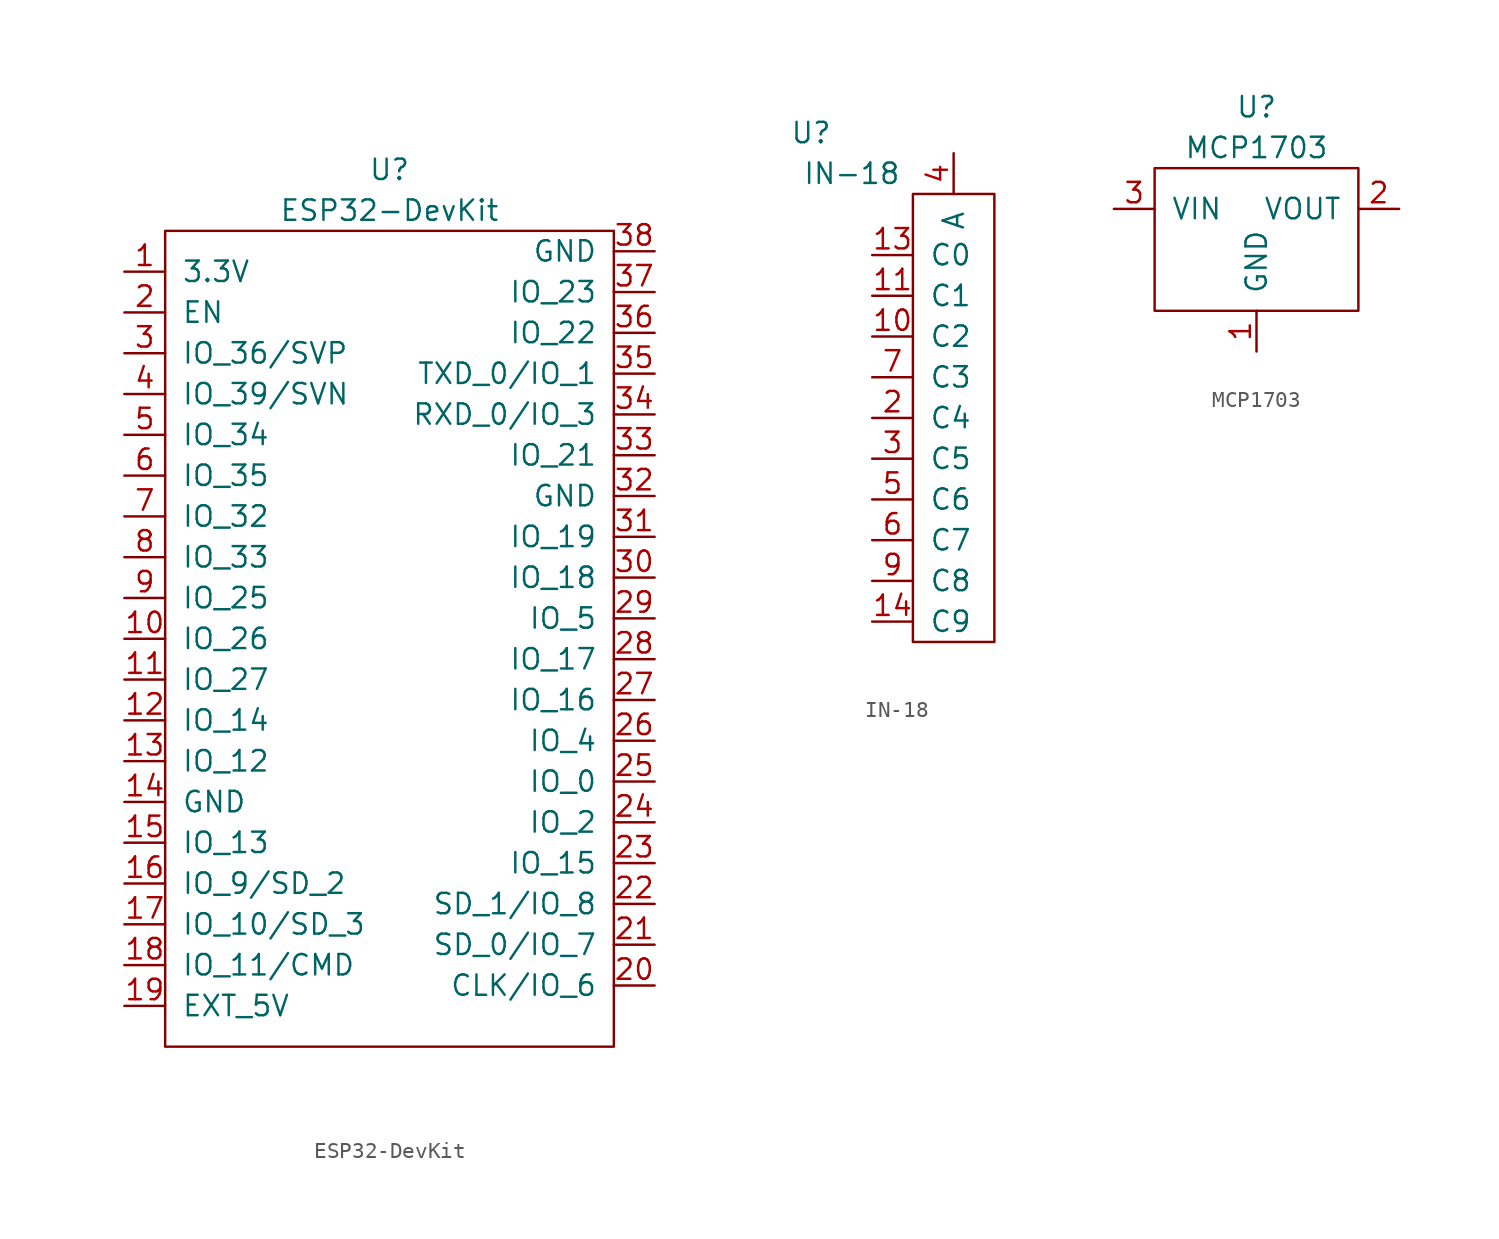
<source format=kicad_sym>
(kicad_symbol_lib
  (version 20211014)
  (generator kicad_symbol_editor)
  (symbol "ESP32-DevKit"
    (pin_names
      (offset 1.016))
    (property "Reference" "U"
      (at 3.81 7.62 0)
      (effects (font (size 1.27 1.27))))
    (property "Value" "ESP32-DevKit"
      (at 3.81 5.08 0)
      (effects (font (size 1.27 1.27))))
    (symbol "ESP32-DevKit_0_1"
      (rectangle (start -10.16 3.81) (end 17.78 -46.99) (stroke (width 0) (type default) (color 0 0 0 0)) (fill (type none))))
    (symbol "ESP32-DevKit_1_1"
      (pin power_out line (at -12.7 1.27 0) (length 2.54) (name "3.3V" (effects (font (size 1.27 1.27)))) (number "1" (effects (font (size 1.27 1.27)))))
      (pin passive line (at -12.7 -21.59 0) (length 2.54) (name "IO_26" (effects (font (size 1.27 1.27)))) (number "10" (effects (font (size 1.27 1.27)))))
      (pin passive line (at -12.7 -24.13 0) (length 2.54) (name "IO_27" (effects (font (size 1.27 1.27)))) (number "11" (effects (font (size 1.27 1.27)))))
      (pin passive line (at -12.7 -26.67 0) (length 2.54) (name "IO_14" (effects (font (size 1.27 1.27)))) (number "12" (effects (font (size 1.27 1.27)))))
      (pin passive line (at -12.7 -29.21 0) (length 2.54) (name "IO_12" (effects (font (size 1.27 1.27)))) (number "13" (effects (font (size 1.27 1.27)))))
      (pin power_in line (at -12.7 -31.75 0) (length 2.54) (name "GND" (effects (font (size 1.27 1.27)))) (number "14" (effects (font (size 1.27 1.27)))))
      (pin passive line (at -12.7 -34.29 0) (length 2.54) (name "IO_13" (effects (font (size 1.27 1.27)))) (number "15" (effects (font (size 1.27 1.27)))))
      (pin passive line (at -12.7 -36.83 0) (length 2.54) (name "IO_9/SD_2" (effects (font (size 1.27 1.27)))) (number "16" (effects (font (size 1.27 1.27)))))
      (pin passive line (at -12.7 -39.37 0) (length 2.54) (name "IO_10/SD_3" (effects (font (size 1.27 1.27)))) (number "17" (effects (font (size 1.27 1.27)))))
      (pin passive line (at -12.7 -41.91 0) (length 2.54) (name "IO_11/CMD" (effects (font (size 1.27 1.27)))) (number "18" (effects (font (size 1.27 1.27)))))
      (pin power_in line (at -12.7 -44.45 0) (length 2.54) (name "EXT_5V" (effects (font (size 1.27 1.27)))) (number "19" (effects (font (size 1.27 1.27)))))
      (pin passive line (at -12.7 -1.27 0) (length 2.54) (name "EN" (effects (font (size 1.27 1.27)))) (number "2" (effects (font (size 1.27 1.27)))))
      (pin passive line (at 20.32 -43.18 180) (length 2.54) (name "CLK/IO_6" (effects (font (size 1.27 1.27)))) (number "20" (effects (font (size 1.27 1.27)))))
      (pin passive line (at 20.32 -40.64 180) (length 2.54) (name "SD_0/IO_7" (effects (font (size 1.27 1.27)))) (number "21" (effects (font (size 1.27 1.27)))))
      (pin passive line (at 20.32 -38.1 180) (length 2.54) (name "SD_1/IO_8" (effects (font (size 1.27 1.27)))) (number "22" (effects (font (size 1.27 1.27)))))
      (pin passive line (at 20.32 -35.56 180) (length 2.54) (name "IO_15" (effects (font (size 1.27 1.27)))) (number "23" (effects (font (size 1.27 1.27)))))
      (pin passive line (at 20.32 -33.02 180) (length 2.54) (name "IO_2" (effects (font (size 1.27 1.27)))) (number "24" (effects (font (size 1.27 1.27)))))
      (pin passive line (at 20.32 -30.48 180) (length 2.54) (name "IO_0" (effects (font (size 1.27 1.27)))) (number "25" (effects (font (size 1.27 1.27)))))
      (pin passive line (at 20.32 -27.94 180) (length 2.54) (name "IO_4" (effects (font (size 1.27 1.27)))) (number "26" (effects (font (size 1.27 1.27)))))
      (pin passive line (at 20.32 -25.4 180) (length 2.54) (name "IO_16" (effects (font (size 1.27 1.27)))) (number "27" (effects (font (size 1.27 1.27)))))
      (pin passive line (at 20.32 -22.86 180) (length 2.54) (name "IO_17" (effects (font (size 1.27 1.27)))) (number "28" (effects (font (size 1.27 1.27)))))
      (pin passive line (at 20.32 -20.32 180) (length 2.54) (name "IO_5" (effects (font (size 1.27 1.27)))) (number "29" (effects (font (size 1.27 1.27)))))
      (pin passive line (at -12.7 -3.81 0) (length 2.54) (name "IO_36/SVP" (effects (font (size 1.27 1.27)))) (number "3" (effects (font (size 1.27 1.27)))))
      (pin passive line (at 20.32 -17.78 180) (length 2.54) (name "IO_18" (effects (font (size 1.27 1.27)))) (number "30" (effects (font (size 1.27 1.27)))))
      (pin passive line (at 20.32 -15.24 180) (length 2.54) (name "IO_19" (effects (font (size 1.27 1.27)))) (number "31" (effects (font (size 1.27 1.27)))))
      (pin power_in line (at 20.32 -12.7 180) (length 2.54) (name "GND" (effects (font (size 1.27 1.27)))) (number "32" (effects (font (size 1.27 1.27)))))
      (pin passive line (at 20.32 -10.16 180) (length 2.54) (name "IO_21" (effects (font (size 1.27 1.27)))) (number "33" (effects (font (size 1.27 1.27)))))
      (pin passive line (at 20.32 -7.62 180) (length 2.54) (name "RXD_0/IO_3" (effects (font (size 1.27 1.27)))) (number "34" (effects (font (size 1.27 1.27)))))
      (pin passive line (at 20.32 -5.08 180) (length 2.54) (name "TXD_0/IO_1" (effects (font (size 1.27 1.27)))) (number "35" (effects (font (size 1.27 1.27)))))
      (pin passive line (at 20.32 -2.54 180) (length 2.54) (name "IO_22" (effects (font (size 1.27 1.27)))) (number "36" (effects (font (size 1.27 1.27)))))
      (pin passive line (at 20.32 0 180) (length 2.54) (name "IO_23" (effects (font (size 1.27 1.27)))) (number "37" (effects (font (size 1.27 1.27)))))
      (pin power_in line (at 20.32 2.54 180) (length 2.54) (name "GND" (effects (font (size 1.27 1.27)))) (number "38" (effects (font (size 1.27 1.27)))))
      (pin passive line (at -12.7 -6.35 0) (length 2.54) (name "IO_39/SVN" (effects (font (size 1.27 1.27)))) (number "4" (effects (font (size 1.27 1.27)))))
      (pin passive line (at -12.7 -8.89 0) (length 2.54) (name "IO_34" (effects (font (size 1.27 1.27)))) (number "5" (effects (font (size 1.27 1.27)))))
      (pin passive line (at -12.7 -11.43 0) (length 2.54) (name "IO_35" (effects (font (size 1.27 1.27)))) (number "6" (effects (font (size 1.27 1.27)))))
      (pin passive line (at -12.7 -13.97 0) (length 2.54) (name "IO_32" (effects (font (size 1.27 1.27)))) (number "7" (effects (font (size 1.27 1.27)))))
      (pin passive line (at -12.7 -16.51 0) (length 2.54) (name "IO_33" (effects (font (size 1.27 1.27)))) (number "8" (effects (font (size 1.27 1.27)))))
      (pin passive line (at -12.7 -19.05 0) (length 2.54) (name "IO_25" (effects (font (size 1.27 1.27)))) (number "9" (effects (font (size 1.27 1.27)))))))
  (symbol "IN-18"
    (pin_names
      (offset 1.016))
    (property "Reference" "U"
      (at -6.35 3.81 0)
      (effects (font (size 1.27 1.27))))
    (property "Value" "IN-18"
      (at -3.81 1.27 0)
      (effects (font (size 1.27 1.27))))
    (symbol "IN-18_0_1"
      (rectangle (start 0 0) (end 5.08 -27.94) (stroke (width 0) (type default) (color 0 0 0 0)) (fill (type none))))
    (symbol "IN-18_1_1"
      (pin passive line (at -2.54 -8.89 0) (length 2.54) (name "C2" (effects (font (size 1.27 1.27)))) (number "10" (effects (font (size 1.27 1.27)))))
      (pin passive line (at -2.54 -6.35 0) (length 2.54) (name "C1" (effects (font (size 1.27 1.27)))) (number "11" (effects (font (size 1.27 1.27)))))
      (pin passive line (at -2.54 -3.81 0) (length 2.54) (name "C0" (effects (font (size 1.27 1.27)))) (number "13" (effects (font (size 1.27 1.27)))))
      (pin passive line (at -2.54 -26.67 0) (length 2.54) (name "C9" (effects (font (size 1.27 1.27)))) (number "14" (effects (font (size 1.27 1.27)))))
      (pin passive line (at -2.54 -13.97 0) (length 2.54) (name "C4" (effects (font (size 1.27 1.27)))) (number "2" (effects (font (size 1.27 1.27)))))
      (pin passive line (at -2.54 -16.51 0) (length 2.54) (name "C5" (effects (font (size 1.27 1.27)))) (number "3" (effects (font (size 1.27 1.27)))))
      (pin passive line (at 2.54 2.54 270) (length 2.54) (name "A" (effects (font (size 1.27 1.27)))) (number "4" (effects (font (size 1.27 1.27)))))
      (pin passive line (at -2.54 -19.05 0) (length 2.54) (name "C6" (effects (font (size 1.27 1.27)))) (number "5" (effects (font (size 1.27 1.27)))))
      (pin passive line (at -2.54 -21.59 0) (length 2.54) (name "C7" (effects (font (size 1.27 1.27)))) (number "6" (effects (font (size 1.27 1.27)))))
      (pin passive line (at -2.54 -11.43 0) (length 2.54) (name "C3" (effects (font (size 1.27 1.27)))) (number "7" (effects (font (size 1.27 1.27)))))
      (pin passive line (at -2.54 -24.13 0) (length 2.54) (name "C8" (effects (font (size 1.27 1.27)))) (number "9" (effects (font (size 1.27 1.27)))))))
  (symbol "MCP1703"
    (pin_names
      (offset 1.016))
    (property "Reference" "U"
      (at 0 7.62 0)
      (effects (font (size 1.27 1.27))))
    (property "Value" "MCP1703"
      (at 0 5.08 0)
      (effects (font (size 1.27 1.27))))
    (symbol "MCP1703_0_1"
      (rectangle (start -6.35 3.81) (end 6.35 -5.08) (stroke (width 0) (type default) (color 0 0 0 0)) (fill (type none))))
    (symbol "MCP1703_1_1"
      (pin power_in line (at 0 -7.62 90) (length 2.54) (name "GND" (effects (font (size 1.27 1.27)))) (number "1" (effects (font (size 1.27 1.27)))))
      (pin power_out line (at 8.89 1.27 180) (length 2.54) (name "VOUT" (effects (font (size 1.27 1.27)))) (number "2" (effects (font (size 1.27 1.27)))))
      (pin power_in line (at -8.89 1.27 0) (length 2.54) (name "VIN" (effects (font (size 1.27 1.27)))) (number "3" (effects (font (size 1.27 1.27))))))))
</source>
